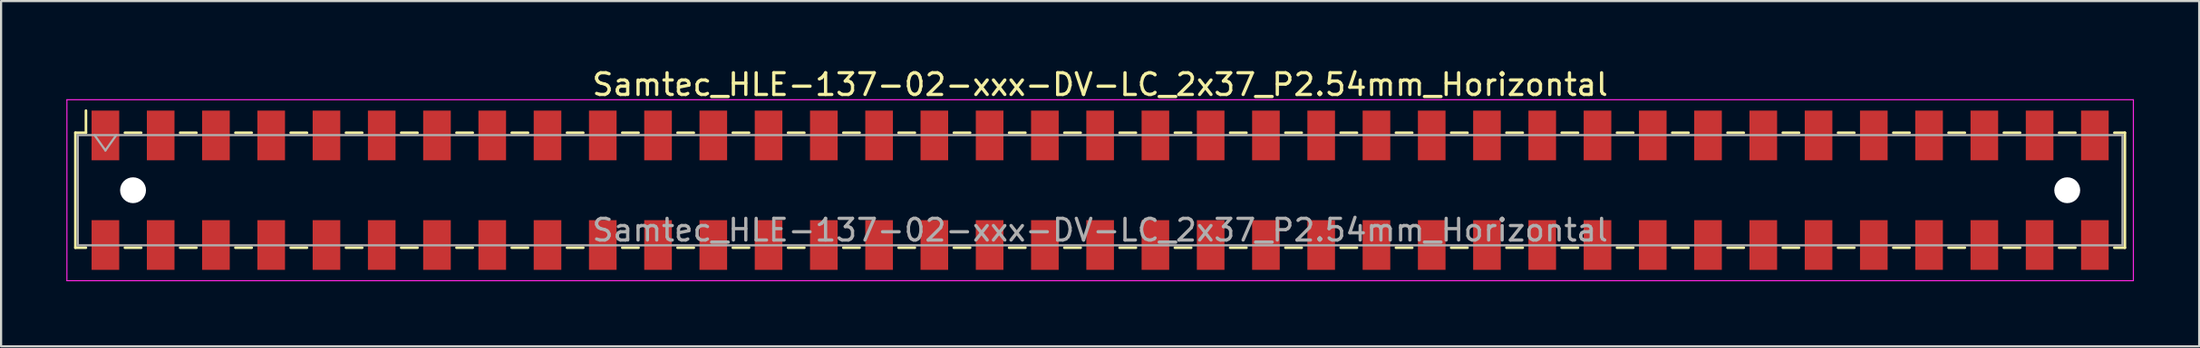
<source format=kicad_pcb>
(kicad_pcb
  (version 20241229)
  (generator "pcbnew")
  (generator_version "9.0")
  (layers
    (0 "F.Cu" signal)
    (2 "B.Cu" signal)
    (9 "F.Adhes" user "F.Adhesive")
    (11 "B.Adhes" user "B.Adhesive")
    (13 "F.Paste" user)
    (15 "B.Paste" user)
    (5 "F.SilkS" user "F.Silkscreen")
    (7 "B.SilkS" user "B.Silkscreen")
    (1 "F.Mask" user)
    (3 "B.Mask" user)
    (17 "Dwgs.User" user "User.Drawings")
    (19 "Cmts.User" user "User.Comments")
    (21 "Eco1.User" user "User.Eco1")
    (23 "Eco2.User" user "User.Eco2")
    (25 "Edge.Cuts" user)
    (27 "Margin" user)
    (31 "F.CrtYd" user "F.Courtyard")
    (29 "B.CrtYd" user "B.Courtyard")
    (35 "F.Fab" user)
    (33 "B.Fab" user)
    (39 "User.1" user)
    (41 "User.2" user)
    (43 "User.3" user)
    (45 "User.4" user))
  (footprint "Samtec_HLE-137-02-xxx-DV-LC_2x37_P2.54mm_Horizontal"
    (layer "F.Cu")
    (at 47.515 5.718)
    (property "Reference" "Samtec_HLE-137-02-xxx-DV-LC_2x37_P2.54mm_Horizontal" (at 0 -4.87 0) (layer "F.SilkS") (effects (font (size 1 1) (thickness 0.15))))
    (attr smd)
    (fp_line (start -47.1 -2.65) (end -47.1 2.65) (stroke (width 0.12) (type solid)) (layer "F.SilkS"))
    (fp_line (start -47.1 2.65) (end -46.615 2.65) (stroke (width 0.12) (type solid)) (layer "F.SilkS"))
    (fp_line (start -46.615 -3.67) (end -46.615 -2.65) (stroke (width 0.12) (type solid)) (layer "F.SilkS"))
    (fp_line (start -46.615 -2.65) (end -47.1 -2.65) (stroke (width 0.12) (type solid)) (layer "F.SilkS"))
    (fp_line (start -44.825 -2.65) (end -44.075 -2.65) (stroke (width 0.12) (type solid)) (layer "F.SilkS"))
    (fp_line (start -44.825 2.65) (end -44.075 2.65) (stroke (width 0.12) (type solid)) (layer "F.SilkS"))
    (fp_line (start -42.285 -2.65) (end -41.535 -2.65) (stroke (width 0.12) (type solid)) (layer "F.SilkS"))
    (fp_line (start -42.285 2.65) (end -41.535 2.65) (stroke (width 0.12) (type solid)) (layer "F.SilkS"))
    (fp_line (start -39.745 -2.65) (end -38.995 -2.65) (stroke (width 0.12) (type solid)) (layer "F.SilkS"))
    (fp_line (start -39.745 2.65) (end -38.995 2.65) (stroke (width 0.12) (type solid)) (layer "F.SilkS"))
    (fp_line (start -37.205 -2.65) (end -36.455 -2.65) (stroke (width 0.12) (type solid)) (layer "F.SilkS"))
    (fp_line (start -37.205 2.65) (end -36.455 2.65) (stroke (width 0.12) (type solid)) (layer "F.SilkS"))
    (fp_line (start -34.665 -2.65) (end -33.915 -2.65) (stroke (width 0.12) (type solid)) (layer "F.SilkS"))
    (fp_line (start -34.665 2.65) (end -33.915 2.65) (stroke (width 0.12) (type solid)) (layer "F.SilkS"))
    (fp_line (start -32.125 -2.65) (end -31.375 -2.65) (stroke (width 0.12) (type solid)) (layer "F.SilkS"))
    (fp_line (start -32.125 2.65) (end -31.375 2.65) (stroke (width 0.12) (type solid)) (layer "F.SilkS"))
    (fp_line (start -29.585 -2.65) (end -28.835 -2.65) (stroke (width 0.12) (type solid)) (layer "F.SilkS"))
    (fp_line (start -29.585 2.65) (end -28.835 2.65) (stroke (width 0.12) (type solid)) (layer "F.SilkS"))
    (fp_line (start -27.045 -2.65) (end -26.295 -2.65) (stroke (width 0.12) (type solid)) (layer "F.SilkS"))
    (fp_line (start -27.045 2.65) (end -26.295 2.65) (stroke (width 0.12) (type solid)) (layer "F.SilkS"))
    (fp_line (start -24.505 -2.65) (end -23.755 -2.65) (stroke (width 0.12) (type solid)) (layer "F.SilkS"))
    (fp_line (start -24.505 2.65) (end -23.755 2.65) (stroke (width 0.12) (type solid)) (layer "F.SilkS"))
    (fp_line (start -21.965 -2.65) (end -21.215 -2.65) (stroke (width 0.12) (type solid)) (layer "F.SilkS"))
    (fp_line (start -21.965 2.65) (end -21.215 2.65) (stroke (width 0.12) (type solid)) (layer "F.SilkS"))
    (fp_line (start -19.425 -2.65) (end -18.675 -2.65) (stroke (width 0.12) (type solid)) (layer "F.SilkS"))
    (fp_line (start -19.425 2.65) (end -18.675 2.65) (stroke (width 0.12) (type solid)) (layer "F.SilkS"))
    (fp_line (start -16.885 -2.65) (end -16.135 -2.65) (stroke (width 0.12) (type solid)) (layer "F.SilkS"))
    (fp_line (start -16.885 2.65) (end -16.135 2.65) (stroke (width 0.12) (type solid)) (layer "F.SilkS"))
    (fp_line (start -14.345 -2.65) (end -13.595 -2.65) (stroke (width 0.12) (type solid)) (layer "F.SilkS"))
    (fp_line (start -14.345 2.65) (end -13.595 2.65) (stroke (width 0.12) (type solid)) (layer "F.SilkS"))
    (fp_line (start -11.805 -2.65) (end -11.055 -2.65) (stroke (width 0.12) (type solid)) (layer "F.SilkS"))
    (fp_line (start -11.805 2.65) (end -11.055 2.65) (stroke (width 0.12) (type solid)) (layer "F.SilkS"))
    (fp_line (start -9.265 -2.65) (end -8.515 -2.65) (stroke (width 0.12) (type solid)) (layer "F.SilkS"))
    (fp_line (start -9.265 2.65) (end -8.515 2.65) (stroke (width 0.12) (type solid)) (layer "F.SilkS"))
    (fp_line (start -6.725 -2.65) (end -5.975 -2.65) (stroke (width 0.12) (type solid)) (layer "F.SilkS"))
    (fp_line (start -6.725 2.65) (end -5.975 2.65) (stroke (width 0.12) (type solid)) (layer "F.SilkS"))
    (fp_line (start -4.185 -2.65) (end -3.435 -2.65) (stroke (width 0.12) (type solid)) (layer "F.SilkS"))
    (fp_line (start -4.185 2.65) (end -3.435 2.65) (stroke (width 0.12) (type solid)) (layer "F.SilkS"))
    (fp_line (start -1.645 -2.65) (end -0.895 -2.65) (stroke (width 0.12) (type solid)) (layer "F.SilkS"))
    (fp_line (start -1.645 2.65) (end -0.895 2.65) (stroke (width 0.12) (type solid)) (layer "F.SilkS"))
    (fp_line (start 0.895 -2.65) (end 1.645 -2.65) (stroke (width 0.12) (type solid)) (layer "F.SilkS"))
    (fp_line (start 0.895 2.65) (end 1.645 2.65) (stroke (width 0.12) (type solid)) (layer "F.SilkS"))
    (fp_line (start 3.435 -2.65) (end 4.185 -2.65) (stroke (width 0.12) (type solid)) (layer "F.SilkS"))
    (fp_line (start 3.435 2.65) (end 4.185 2.65) (stroke (width 0.12) (type solid)) (layer "F.SilkS"))
    (fp_line (start 5.975 -2.65) (end 6.725 -2.65) (stroke (width 0.12) (type solid)) (layer "F.SilkS"))
    (fp_line (start 5.975 2.65) (end 6.725 2.65) (stroke (width 0.12) (type solid)) (layer "F.SilkS"))
    (fp_line (start 8.515 -2.65) (end 9.265 -2.65) (stroke (width 0.12) (type solid)) (layer "F.SilkS"))
    (fp_line (start 8.515 2.65) (end 9.265 2.65) (stroke (width 0.12) (type solid)) (layer "F.SilkS"))
    (fp_line (start 11.055 -2.65) (end 11.805 -2.65) (stroke (width 0.12) (type solid)) (layer "F.SilkS"))
    (fp_line (start 11.055 2.65) (end 11.805 2.65) (stroke (width 0.12) (type solid)) (layer "F.SilkS"))
    (fp_line (start 13.595 -2.65) (end 14.345 -2.65) (stroke (width 0.12) (type solid)) (layer "F.SilkS"))
    (fp_line (start 13.595 2.65) (end 14.345 2.65) (stroke (width 0.12) (type solid)) (layer "F.SilkS"))
    (fp_line (start 16.135 -2.65) (end 16.885 -2.65) (stroke (width 0.12) (type solid)) (layer "F.SilkS"))
    (fp_line (start 16.135 2.65) (end 16.885 2.65) (stroke (width 0.12) (type solid)) (layer "F.SilkS"))
    (fp_line (start 18.675 -2.65) (end 19.425 -2.65) (stroke (width 0.12) (type solid)) (layer "F.SilkS"))
    (fp_line (start 18.675 2.65) (end 19.425 2.65) (stroke (width 0.12) (type solid)) (layer "F.SilkS"))
    (fp_line (start 21.215 -2.65) (end 21.965 -2.65) (stroke (width 0.12) (type solid)) (layer "F.SilkS"))
    (fp_line (start 21.215 2.65) (end 21.965 2.65) (stroke (width 0.12) (type solid)) (layer "F.SilkS"))
    (fp_line (start 23.755 -2.65) (end 24.505 -2.65) (stroke (width 0.12) (type solid)) (layer "F.SilkS"))
    (fp_line (start 23.755 2.65) (end 24.505 2.65) (stroke (width 0.12) (type solid)) (layer "F.SilkS"))
    (fp_line (start 26.295 -2.65) (end 27.045 -2.65) (stroke (width 0.12) (type solid)) (layer "F.SilkS"))
    (fp_line (start 26.295 2.65) (end 27.045 2.65) (stroke (width 0.12) (type solid)) (layer "F.SilkS"))
    (fp_line (start 28.835 -2.65) (end 29.585 -2.65) (stroke (width 0.12) (type solid)) (layer "F.SilkS"))
    (fp_line (start 28.835 2.65) (end 29.585 2.65) (stroke (width 0.12) (type solid)) (layer "F.SilkS"))
    (fp_line (start 31.375 -2.65) (end 32.125 -2.65) (stroke (width 0.12) (type solid)) (layer "F.SilkS"))
    (fp_line (start 31.375 2.65) (end 32.125 2.65) (stroke (width 0.12) (type solid)) (layer "F.SilkS"))
    (fp_line (start 33.915 -2.65) (end 34.665 -2.65) (stroke (width 0.12) (type solid)) (layer "F.SilkS"))
    (fp_line (start 33.915 2.65) (end 34.665 2.65) (stroke (width 0.12) (type solid)) (layer "F.SilkS"))
    (fp_line (start 36.455 -2.65) (end 37.205 -2.65) (stroke (width 0.12) (type solid)) (layer "F.SilkS"))
    (fp_line (start 36.455 2.65) (end 37.205 2.65) (stroke (width 0.12) (type solid)) (layer "F.SilkS"))
    (fp_line (start 38.995 -2.65) (end 39.745 -2.65) (stroke (width 0.12) (type solid)) (layer "F.SilkS"))
    (fp_line (start 38.995 2.65) (end 39.745 2.65) (stroke (width 0.12) (type solid)) (layer "F.SilkS"))
    (fp_line (start 41.535 -2.65) (end 42.285 -2.65) (stroke (width 0.12) (type solid)) (layer "F.SilkS"))
    (fp_line (start 41.535 2.65) (end 42.285 2.65) (stroke (width 0.12) (type solid)) (layer "F.SilkS"))
    (fp_line (start 44.075 -2.65) (end 44.825 -2.65) (stroke (width 0.12) (type solid)) (layer "F.SilkS"))
    (fp_line (start 44.075 2.65) (end 44.825 2.65) (stroke (width 0.12) (type solid)) (layer "F.SilkS"))
    (fp_line (start 46.615 -2.65) (end 47.1 -2.65) (stroke (width 0.12) (type solid)) (layer "F.SilkS"))
    (fp_line (start 47.1 -2.65) (end 47.1 2.65) (stroke (width 0.12) (type solid)) (layer "F.SilkS"))
    (fp_line (start 47.1 2.65) (end 46.615 2.65) (stroke (width 0.12) (type solid)) (layer "F.SilkS"))
    (fp_line (start -47.49 -4.17) (end 47.49 -4.17) (stroke (width 0.05) (type solid)) (layer "F.CrtYd"))
    (fp_line (start -47.49 4.17) (end -47.49 -4.17) (stroke (width 0.05) (type solid)) (layer "F.CrtYd"))
    (fp_line (start 47.49 -4.17) (end 47.49 4.17) (stroke (width 0.05) (type solid)) (layer "F.CrtYd"))
    (fp_line (start 47.49 4.17) (end -47.49 4.17) (stroke (width 0.05) (type solid)) (layer "F.CrtYd"))
    (fp_line (start -46.99 -2.54) (end 46.99 -2.54) (stroke (width 0.1) (type solid)) (layer "F.Fab"))
    (fp_line (start -46.99 2.54) (end -46.99 -2.54) (stroke (width 0.1) (type solid)) (layer "F.Fab"))
    (fp_line (start -46.22 -2.54) (end -45.72 -1.833) (stroke (width 0.1) (type solid)) (layer "F.Fab"))
    (fp_line (start -45.72 -1.833) (end -45.22 -2.54) (stroke (width 0.1) (type solid)) (layer "F.Fab"))
    (fp_line (start 46.99 -2.54) (end 46.99 2.54) (stroke (width 0.1) (type solid)) (layer "F.Fab"))
    (fp_line (start 46.99 2.54) (end -46.99 2.54) (stroke (width 0.1) (type solid)) (layer "F.Fab"))
    (fp_text user "${REFERENCE}" (at 0 1.84 0) (layer "F.Fab") (effects (font (size 1 1) (thickness 0.15))))
    (pad "" np_thru_hole circle (at -44.45 0) (size 1.19 1.19) (drill 1.19) (layers "*.Cu" "*.Mask"))
    (pad "" np_thru_hole circle (at 44.45 0) (size 1.19 1.19) (drill 1.19) (layers "*.Cu" "*.Mask"))
    (pad "1" smd rect (at -45.72 -2.525) (size 1.27 2.29) (layers "F.Cu" "F.Mask" "F.Paste"))
    (pad "2" smd rect (at -45.72 2.525) (size 1.27 2.29) (layers "F.Cu" "F.Mask" "F.Paste"))
    (pad "3" smd rect (at -43.18 -2.525) (size 1.27 2.29) (layers "F.Cu" "F.Mask" "F.Paste"))
    (pad "4" smd rect (at -43.18 2.525) (size 1.27 2.29) (layers "F.Cu" "F.Mask" "F.Paste"))
    (pad "5" smd rect (at -40.64 -2.525) (size 1.27 2.29) (layers "F.Cu" "F.Mask" "F.Paste"))
    (pad "6" smd rect (at -40.64 2.525) (size 1.27 2.29) (layers "F.Cu" "F.Mask" "F.Paste"))
    (pad "7" smd rect (at -38.1 -2.525) (size 1.27 2.29) (layers "F.Cu" "F.Mask" "F.Paste"))
    (pad "8" smd rect (at -38.1 2.525) (size 1.27 2.29) (layers "F.Cu" "F.Mask" "F.Paste"))
    (pad "9" smd rect (at -35.56 -2.525) (size 1.27 2.29) (layers "F.Cu" "F.Mask" "F.Paste"))
    (pad "10" smd rect (at -35.56 2.525) (size 1.27 2.29) (layers "F.Cu" "F.Mask" "F.Paste"))
    (pad "11" smd rect (at -33.02 -2.525) (size 1.27 2.29) (layers "F.Cu" "F.Mask" "F.Paste"))
    (pad "12" smd rect (at -33.02 2.525) (size 1.27 2.29) (layers "F.Cu" "F.Mask" "F.Paste"))
    (pad "13" smd rect (at -30.48 -2.525) (size 1.27 2.29) (layers "F.Cu" "F.Mask" "F.Paste"))
    (pad "14" smd rect (at -30.48 2.525) (size 1.27 2.29) (layers "F.Cu" "F.Mask" "F.Paste"))
    (pad "15" smd rect (at -27.94 -2.525) (size 1.27 2.29) (layers "F.Cu" "F.Mask" "F.Paste"))
    (pad "16" smd rect (at -27.94 2.525) (size 1.27 2.29) (layers "F.Cu" "F.Mask" "F.Paste"))
    (pad "17" smd rect (at -25.4 -2.525) (size 1.27 2.29) (layers "F.Cu" "F.Mask" "F.Paste"))
    (pad "18" smd rect (at -25.4 2.525) (size 1.27 2.29) (layers "F.Cu" "F.Mask" "F.Paste"))
    (pad "19" smd rect (at -22.86 -2.525) (size 1.27 2.29) (layers "F.Cu" "F.Mask" "F.Paste"))
    (pad "20" smd rect (at -22.86 2.525) (size 1.27 2.29) (layers "F.Cu" "F.Mask" "F.Paste"))
    (pad "21" smd rect (at -20.32 -2.525) (size 1.27 2.29) (layers "F.Cu" "F.Mask" "F.Paste"))
    (pad "22" smd rect (at -20.32 2.525) (size 1.27 2.29) (layers "F.Cu" "F.Mask" "F.Paste"))
    (pad "23" smd rect (at -17.78 -2.525) (size 1.27 2.29) (layers "F.Cu" "F.Mask" "F.Paste"))
    (pad "24" smd rect (at -17.78 2.525) (size 1.27 2.29) (layers "F.Cu" "F.Mask" "F.Paste"))
    (pad "25" smd rect (at -15.24 -2.525) (size 1.27 2.29) (layers "F.Cu" "F.Mask" "F.Paste"))
    (pad "26" smd rect (at -15.24 2.525) (size 1.27 2.29) (layers "F.Cu" "F.Mask" "F.Paste"))
    (pad "27" smd rect (at -12.7 -2.525) (size 1.27 2.29) (layers "F.Cu" "F.Mask" "F.Paste"))
    (pad "28" smd rect (at -12.7 2.525) (size 1.27 2.29) (layers "F.Cu" "F.Mask" "F.Paste"))
    (pad "29" smd rect (at -10.16 -2.525) (size 1.27 2.29) (layers "F.Cu" "F.Mask" "F.Paste"))
    (pad "30" smd rect (at -10.16 2.525) (size 1.27 2.29) (layers "F.Cu" "F.Mask" "F.Paste"))
    (pad "31" smd rect (at -7.62 -2.525) (size 1.27 2.29) (layers "F.Cu" "F.Mask" "F.Paste"))
    (pad "32" smd rect (at -7.62 2.525) (size 1.27 2.29) (layers "F.Cu" "F.Mask" "F.Paste"))
    (pad "33" smd rect (at -5.08 -2.525) (size 1.27 2.29) (layers "F.Cu" "F.Mask" "F.Paste"))
    (pad "34" smd rect (at -5.08 2.525) (size 1.27 2.29) (layers "F.Cu" "F.Mask" "F.Paste"))
    (pad "35" smd rect (at -2.54 -2.525) (size 1.27 2.29) (layers "F.Cu" "F.Mask" "F.Paste"))
    (pad "36" smd rect (at -2.54 2.525) (size 1.27 2.29) (layers "F.Cu" "F.Mask" "F.Paste"))
    (pad "37" smd rect (at 0 -2.525) (size 1.27 2.29) (layers "F.Cu" "F.Mask" "F.Paste"))
    (pad "38" smd rect (at 0 2.525) (size 1.27 2.29) (layers "F.Cu" "F.Mask" "F.Paste"))
    (pad "39" smd rect (at 2.54 -2.525) (size 1.27 2.29) (layers "F.Cu" "F.Mask" "F.Paste"))
    (pad "40" smd rect (at 2.54 2.525) (size 1.27 2.29) (layers "F.Cu" "F.Mask" "F.Paste"))
    (pad "41" smd rect (at 5.08 -2.525) (size 1.27 2.29) (layers "F.Cu" "F.Mask" "F.Paste"))
    (pad "42" smd rect (at 5.08 2.525) (size 1.27 2.29) (layers "F.Cu" "F.Mask" "F.Paste"))
    (pad "43" smd rect (at 7.62 -2.525) (size 1.27 2.29) (layers "F.Cu" "F.Mask" "F.Paste"))
    (pad "44" smd rect (at 7.62 2.525) (size 1.27 2.29) (layers "F.Cu" "F.Mask" "F.Paste"))
    (pad "45" smd rect (at 10.16 -2.525) (size 1.27 2.29) (layers "F.Cu" "F.Mask" "F.Paste"))
    (pad "46" smd rect (at 10.16 2.525) (size 1.27 2.29) (layers "F.Cu" "F.Mask" "F.Paste"))
    (pad "47" smd rect (at 12.7 -2.525) (size 1.27 2.29) (layers "F.Cu" "F.Mask" "F.Paste"))
    (pad "48" smd rect (at 12.7 2.525) (size 1.27 2.29) (layers "F.Cu" "F.Mask" "F.Paste"))
    (pad "49" smd rect (at 15.24 -2.525) (size 1.27 2.29) (layers "F.Cu" "F.Mask" "F.Paste"))
    (pad "50" smd rect (at 15.24 2.525) (size 1.27 2.29) (layers "F.Cu" "F.Mask" "F.Paste"))
    (pad "51" smd rect (at 17.78 -2.525) (size 1.27 2.29) (layers "F.Cu" "F.Mask" "F.Paste"))
    (pad "52" smd rect (at 17.78 2.525) (size 1.27 2.29) (layers "F.Cu" "F.Mask" "F.Paste"))
    (pad "53" smd rect (at 20.32 -2.525) (size 1.27 2.29) (layers "F.Cu" "F.Mask" "F.Paste"))
    (pad "54" smd rect (at 20.32 2.525) (size 1.27 2.29) (layers "F.Cu" "F.Mask" "F.Paste"))
    (pad "55" smd rect (at 22.86 -2.525) (size 1.27 2.29) (layers "F.Cu" "F.Mask" "F.Paste"))
    (pad "56" smd rect (at 22.86 2.525) (size 1.27 2.29) (layers "F.Cu" "F.Mask" "F.Paste"))
    (pad "57" smd rect (at 25.4 -2.525) (size 1.27 2.29) (layers "F.Cu" "F.Mask" "F.Paste"))
    (pad "58" smd rect (at 25.4 2.525) (size 1.27 2.29) (layers "F.Cu" "F.Mask" "F.Paste"))
    (pad "59" smd rect (at 27.94 -2.525) (size 1.27 2.29) (layers "F.Cu" "F.Mask" "F.Paste"))
    (pad "60" smd rect (at 27.94 2.525) (size 1.27 2.29) (layers "F.Cu" "F.Mask" "F.Paste"))
    (pad "61" smd rect (at 30.48 -2.525) (size 1.27 2.29) (layers "F.Cu" "F.Mask" "F.Paste"))
    (pad "62" smd rect (at 30.48 2.525) (size 1.27 2.29) (layers "F.Cu" "F.Mask" "F.Paste"))
    (pad "63" smd rect (at 33.02 -2.525) (size 1.27 2.29) (layers "F.Cu" "F.Mask" "F.Paste"))
    (pad "64" smd rect (at 33.02 2.525) (size 1.27 2.29) (layers "F.Cu" "F.Mask" "F.Paste"))
    (pad "65" smd rect (at 35.56 -2.525) (size 1.27 2.29) (layers "F.Cu" "F.Mask" "F.Paste"))
    (pad "66" smd rect (at 35.56 2.525) (size 1.27 2.29) (layers "F.Cu" "F.Mask" "F.Paste"))
    (pad "67" smd rect (at 38.1 -2.525) (size 1.27 2.29) (layers "F.Cu" "F.Mask" "F.Paste"))
    (pad "68" smd rect (at 38.1 2.525) (size 1.27 2.29) (layers "F.Cu" "F.Mask" "F.Paste"))
    (pad "69" smd rect (at 40.64 -2.525) (size 1.27 2.29) (layers "F.Cu" "F.Mask" "F.Paste"))
    (pad "70" smd rect (at 40.64 2.525) (size 1.27 2.29) (layers "F.Cu" "F.Mask" "F.Paste"))
    (pad "71" smd rect (at 43.18 -2.525) (size 1.27 2.29) (layers "F.Cu" "F.Mask" "F.Paste"))
    (pad "72" smd rect (at 43.18 2.525) (size 1.27 2.29) (layers "F.Cu" "F.Mask" "F.Paste"))
    (pad "73" smd rect (at 45.72 -2.525) (size 1.27 2.29) (layers "F.Cu" "F.Mask" "F.Paste"))
    (pad "74" smd rect (at 45.72 2.525) (size 1.27 2.29) (layers "F.Cu" "F.Mask" "F.Paste")))
  (gr_rect
    (start -3 -3)
    (end 98.03 12.913)
    (stroke (width 0.1) (type default))
    (fill no)
    (layer "Edge.Cuts")))
</source>
